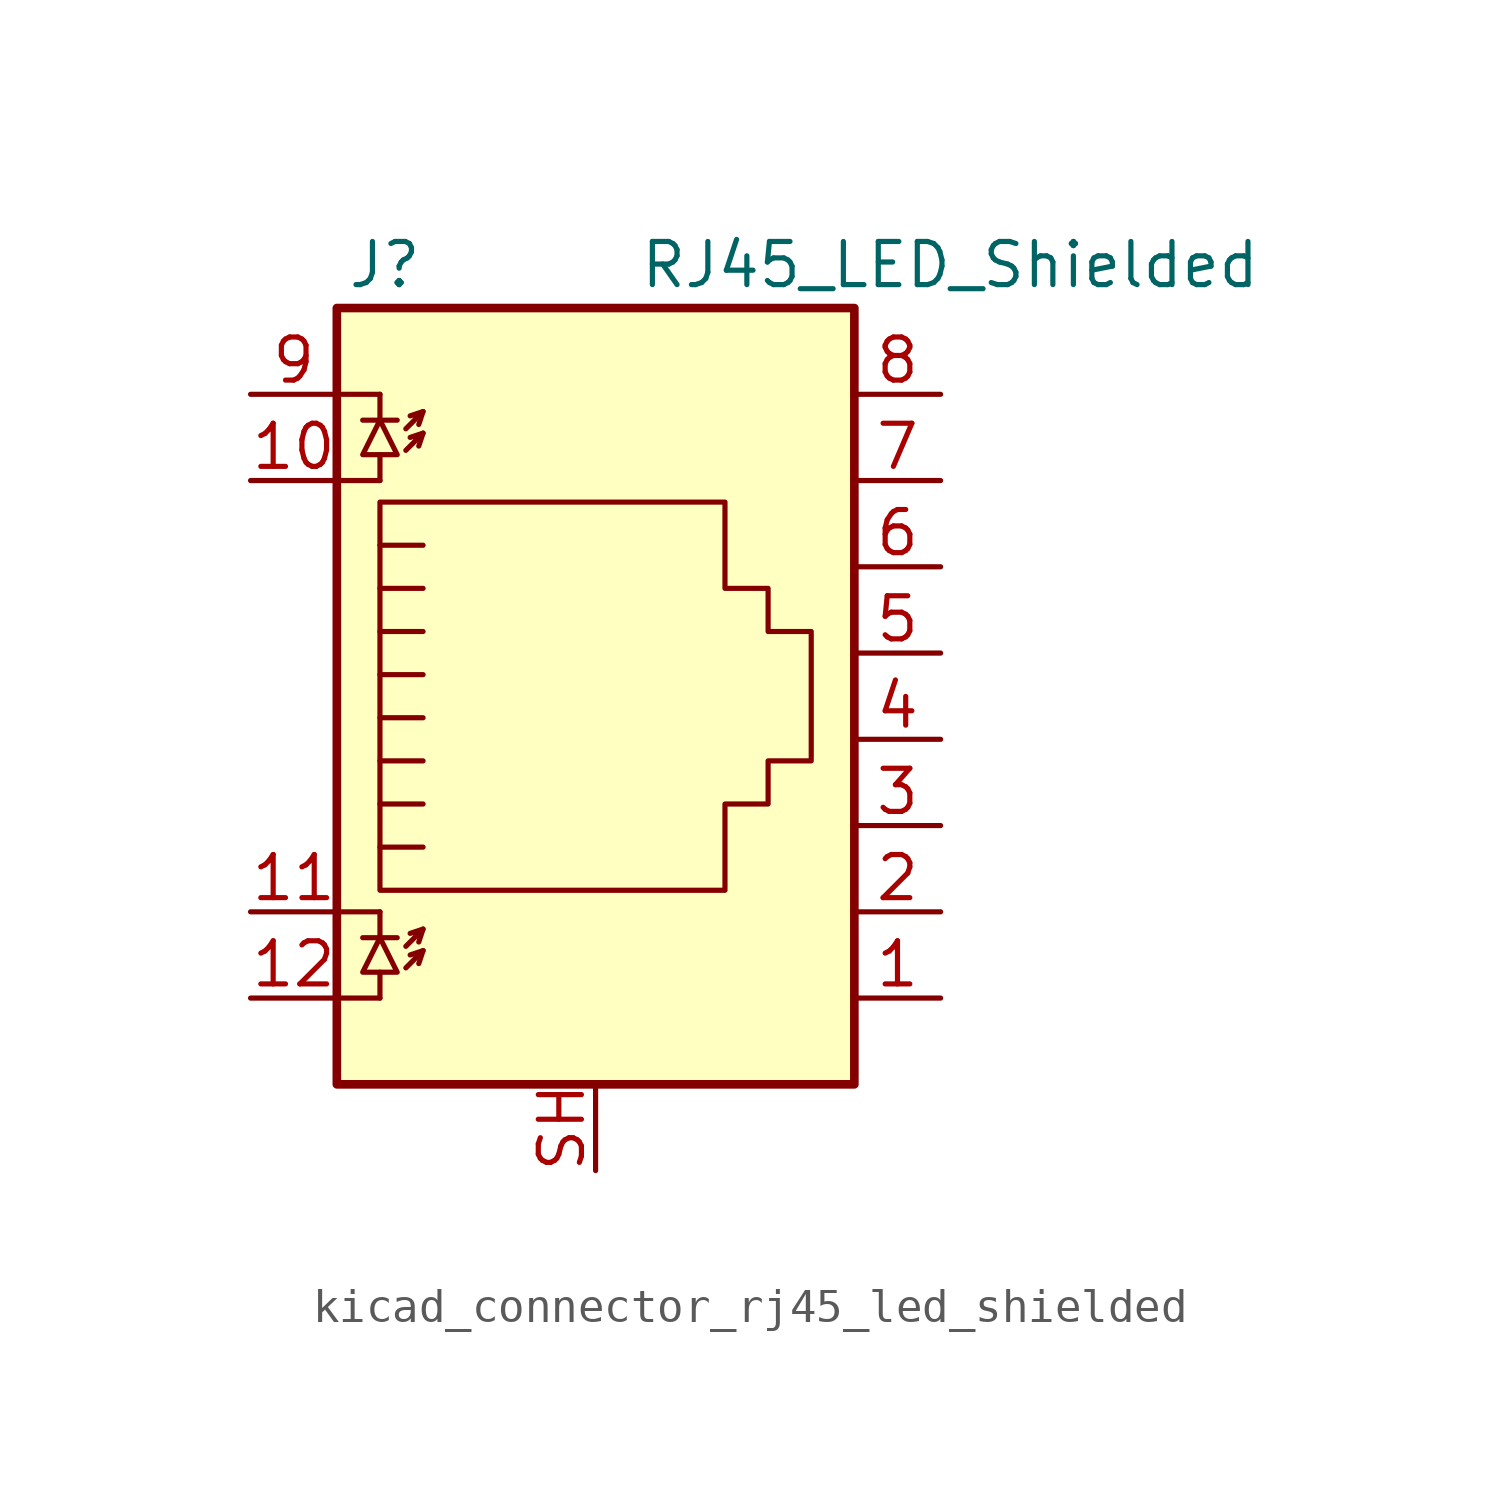
<source format=kicad_sym>
(kicad_symbol_lib
  (version 20220914)
  (generator kicad_symbol_editor)
  (symbol "kicad_connector_rj45_led_shielded"
    (pin_names
      (offset 1.016))
    (property "Reference" "J"
      (at -5.08 13.97 0)
      (effects (font (size 1.27 1.27)) (justify right)))
    (property "Value" "RJ45_LED_Shielded"
      (at 1.27 13.97 0)
      (effects (font (size 1.27 1.27)) (justify left)))
    (symbol "kicad_connector_rj45_led_shielded_0_1"
      (polyline (pts (xy -7.62 -7.62) (xy -6.35 -7.62)) (stroke (width 0) (type default)) (fill (type none)))
      (polyline (pts (xy -7.62 -5.08) (xy -6.35 -5.08)) (stroke (width 0) (type default)) (fill (type none)))
      (polyline (pts (xy -7.62 7.62) (xy -6.35 7.62)) (stroke (width 0) (type default)) (fill (type none)))
      (polyline (pts (xy -7.62 10.16) (xy -6.35 10.16)) (stroke (width 0) (type default)) (fill (type none)))
      (polyline (pts (xy -6.858 -5.842) (xy -5.842 -5.842)) (stroke (width 0) (type default)) (fill (type none)))
      (polyline (pts (xy -6.858 9.398) (xy -5.842 9.398)) (stroke (width 0) (type default)) (fill (type none)))
      (polyline (pts (xy -6.35 -7.62) (xy -6.35 -6.858)) (stroke (width 0) (type default)) (fill (type none)))
      (polyline (pts (xy -6.35 -5.08) (xy -6.35 -5.842)) (stroke (width 0) (type default)) (fill (type none)))
      (polyline (pts (xy -6.35 7.62) (xy -6.35 8.382)) (stroke (width 0) (type default)) (fill (type none)))
      (polyline (pts (xy -6.35 10.16) (xy -6.35 9.398)) (stroke (width 0) (type default)) (fill (type none)))
      (polyline (pts (xy -5.08 -6.223) (xy -5.207 -6.604)) (stroke (width 0) (type default)) (fill (type none)))
      (polyline (pts (xy -5.08 -5.588) (xy -5.207 -5.969)) (stroke (width 0) (type default)) (fill (type none)))
      (polyline (pts (xy -5.08 4.445) (xy -6.35 4.445)) (stroke (width 0) (type default)) (fill (type none)))
      (polyline (pts (xy -5.08 5.715) (xy -6.35 5.715)) (stroke (width 0) (type default)) (fill (type none)))
      (polyline (pts (xy -5.08 9.017) (xy -5.207 8.636)) (stroke (width 0) (type default)) (fill (type none)))
      (polyline (pts (xy -5.08 9.652) (xy -5.207 9.271)) (stroke (width 0) (type default)) (fill (type none)))
      (polyline (pts (xy -6.35 -3.175) (xy -5.08 -3.175) (xy -5.08 -3.175)) (stroke (width 0) (type default)) (fill (type none)))
      (polyline (pts (xy -6.35 -1.905) (xy -5.08 -1.905) (xy -5.08 -1.905)) (stroke (width 0) (type default)) (fill (type none)))
      (polyline (pts (xy -6.35 -0.635) (xy -5.08 -0.635) (xy -5.08 -0.635)) (stroke (width 0) (type default)) (fill (type none)))
      (polyline (pts (xy -6.35 0.635) (xy -5.08 0.635) (xy -5.08 0.635)) (stroke (width 0) (type default)) (fill (type none)))
      (polyline (pts (xy -6.35 1.905) (xy -5.08 1.905) (xy -5.08 1.905)) (stroke (width 0) (type default)) (fill (type none)))
      (polyline (pts (xy -5.588 -6.731) (xy -5.08 -6.223) (xy -5.461 -6.35)) (stroke (width 0) (type default)) (fill (type none)))
      (polyline (pts (xy -5.588 -6.096) (xy -5.08 -5.588) (xy -5.461 -5.715)) (stroke (width 0) (type default)) (fill (type none)))
      (polyline (pts (xy -5.588 8.509) (xy -5.08 9.017) (xy -5.461 8.89)) (stroke (width 0) (type default)) (fill (type none)))
      (polyline (pts (xy -5.588 9.144) (xy -5.08 9.652) (xy -5.461 9.525)) (stroke (width 0) (type default)) (fill (type none)))
      (polyline (pts (xy -5.08 3.175) (xy -6.35 3.175) (xy -6.35 3.175)) (stroke (width 0) (type default)) (fill (type none)))
      (polyline (pts (xy -6.35 -5.842) (xy -6.858 -6.858) (xy -5.842 -6.858) (xy -6.35 -5.842)) (stroke (width 0) (type default)) (fill (type none)))
      (polyline (pts (xy -6.35 9.398) (xy -6.858 8.382) (xy -5.842 8.382) (xy -6.35 9.398)) (stroke (width 0) (type default)) (fill (type none)))
      (polyline (pts (xy -6.35 -4.445) (xy -6.35 6.985) (xy 3.81 6.985) (xy 3.81 4.445) (xy 5.08 4.445) (xy 5.08 3.175) (xy 6.35 3.175) (xy 6.35 -0.635) (xy 5.08 -0.635) (xy 5.08 -1.905) (xy 3.81 -1.905) (xy 3.81 -4.445) (xy -6.35 -4.445) (xy -6.35 -4.445)) (stroke (width 0) (type default)) (fill (type none)))
      (rectangle (start 7.62 12.7) (end -7.62 -10.16) (stroke (width 0.254) (type default)) (fill (type background))))
    (symbol "kicad_connector_rj45_led_shielded_1_1"
      (pin passive line (at 10.16 -7.62 180) (length 2.54) (name "~" (effects (font (size 1.27 1.27)))) (number "1" (effects (font (size 1.27 1.27)))))
      (pin passive line (at -10.16 7.62 0) (length 2.54) (name "~" (effects (font (size 1.27 1.27)))) (number "10" (effects (font (size 1.27 1.27)))))
      (pin passive line (at -10.16 -5.08 0) (length 2.54) (name "~" (effects (font (size 1.27 1.27)))) (number "11" (effects (font (size 1.27 1.27)))))
      (pin passive line (at -10.16 -7.62 0) (length 2.54) (name "~" (effects (font (size 1.27 1.27)))) (number "12" (effects (font (size 1.27 1.27)))))
      (pin passive line (at 10.16 -5.08 180) (length 2.54) (name "~" (effects (font (size 1.27 1.27)))) (number "2" (effects (font (size 1.27 1.27)))))
      (pin passive line (at 10.16 -2.54 180) (length 2.54) (name "~" (effects (font (size 1.27 1.27)))) (number "3" (effects (font (size 1.27 1.27)))))
      (pin passive line (at 10.16 0 180) (length 2.54) (name "~" (effects (font (size 1.27 1.27)))) (number "4" (effects (font (size 1.27 1.27)))))
      (pin passive line (at 10.16 2.54 180) (length 2.54) (name "~" (effects (font (size 1.27 1.27)))) (number "5" (effects (font (size 1.27 1.27)))))
      (pin passive line (at 10.16 5.08 180) (length 2.54) (name "~" (effects (font (size 1.27 1.27)))) (number "6" (effects (font (size 1.27 1.27)))))
      (pin passive line (at 10.16 7.62 180) (length 2.54) (name "~" (effects (font (size 1.27 1.27)))) (number "7" (effects (font (size 1.27 1.27)))))
      (pin passive line (at 10.16 10.16 180) (length 2.54) (name "~" (effects (font (size 1.27 1.27)))) (number "8" (effects (font (size 1.27 1.27)))))
      (pin passive line (at -10.16 10.16 0) (length 2.54) (name "~" (effects (font (size 1.27 1.27)))) (number "9" (effects (font (size 1.27 1.27)))))
      (pin passive line (at 0 -12.7 90) (length 2.54) (name "~" (effects (font (size 1.27 1.27)))) (number "SH" (effects (font (size 1.27 1.27))))))))
</source>
